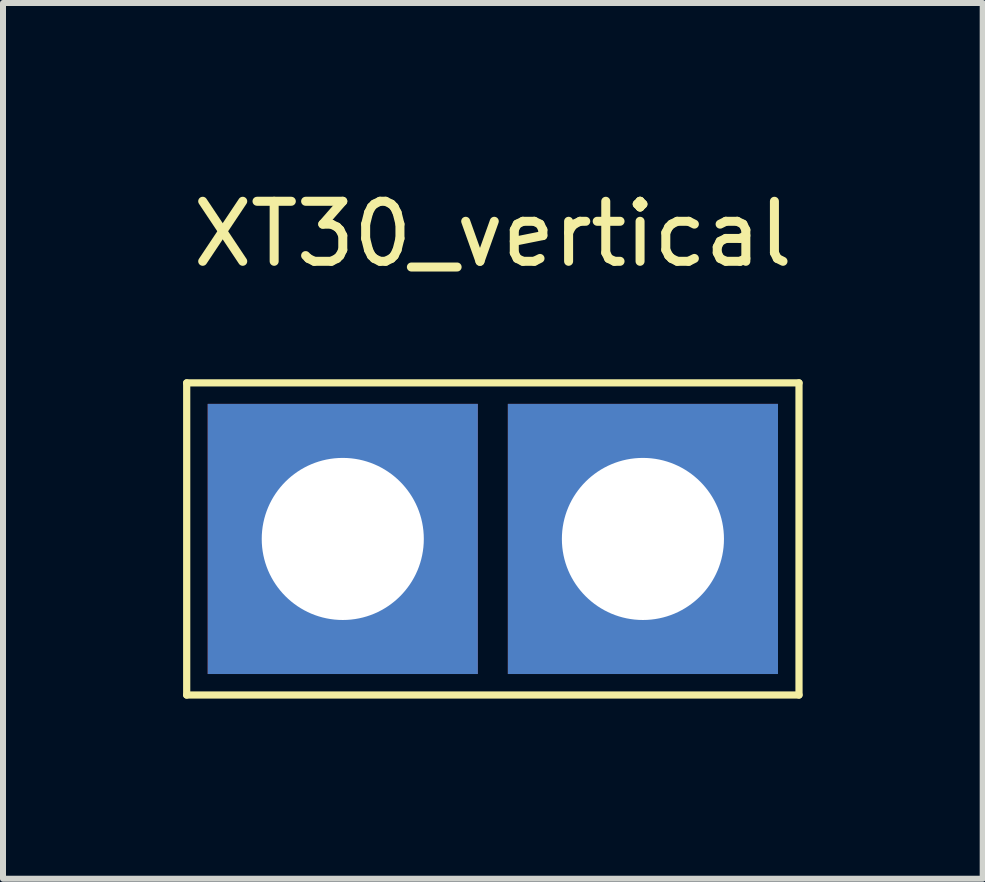
<source format=kicad_pcb>
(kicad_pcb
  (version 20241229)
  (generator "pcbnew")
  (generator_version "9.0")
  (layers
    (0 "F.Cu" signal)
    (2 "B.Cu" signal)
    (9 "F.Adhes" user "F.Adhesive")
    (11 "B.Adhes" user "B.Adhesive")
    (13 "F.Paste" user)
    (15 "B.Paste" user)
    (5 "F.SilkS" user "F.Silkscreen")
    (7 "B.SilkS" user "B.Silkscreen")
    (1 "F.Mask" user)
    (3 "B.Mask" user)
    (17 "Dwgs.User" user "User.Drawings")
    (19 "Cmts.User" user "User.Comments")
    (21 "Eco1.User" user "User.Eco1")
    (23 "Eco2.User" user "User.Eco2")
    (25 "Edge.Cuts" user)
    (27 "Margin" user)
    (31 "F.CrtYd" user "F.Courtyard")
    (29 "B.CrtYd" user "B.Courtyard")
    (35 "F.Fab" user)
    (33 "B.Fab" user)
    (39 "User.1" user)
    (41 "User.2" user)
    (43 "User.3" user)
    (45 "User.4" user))
  (footprint "XT30_vertical"
    (layer "F.Cu")
    (at 5.16 5.928)
    (property "Reference" "XT30_vertical" (at 0 -5.08 0) (layer "F.SilkS") (effects (font (size 1 1) (thickness 0.15))))
    (attr through_hole)
    (fp_line (start -5.1 -2.6) (end -5.1 2.6) (stroke (width 0.12) (type solid)) (layer "F.SilkS"))
    (fp_line (start -5.1 -2.6) (end 5.1 -2.6) (stroke (width 0.12) (type solid)) (layer "F.SilkS"))
    (fp_line (start 5.1 -2.6) (end 5.1 2.6) (stroke (width 0.12) (type solid)) (layer "F.SilkS"))
    (fp_line (start 5.1 2.6) (end -5.1 2.6) (stroke (width 0.12) (type solid)) (layer "F.SilkS"))
    (pad "1" thru_hole rect (at -2.5 0) (size 4.5 4.5) (drill 2.7) (layers "*.Cu" "*.Mask"))
    (pad "2" thru_hole rect (at 2.5 0) (size 4.5 4.5) (drill 2.7) (layers "*.Cu" "*.Mask")))
  (gr_rect
    (start -3 -3)
    (end 13.32 11.588)
    (stroke (width 0.1) (type default))
    (fill no)
    (layer "Edge.Cuts")))
</source>
